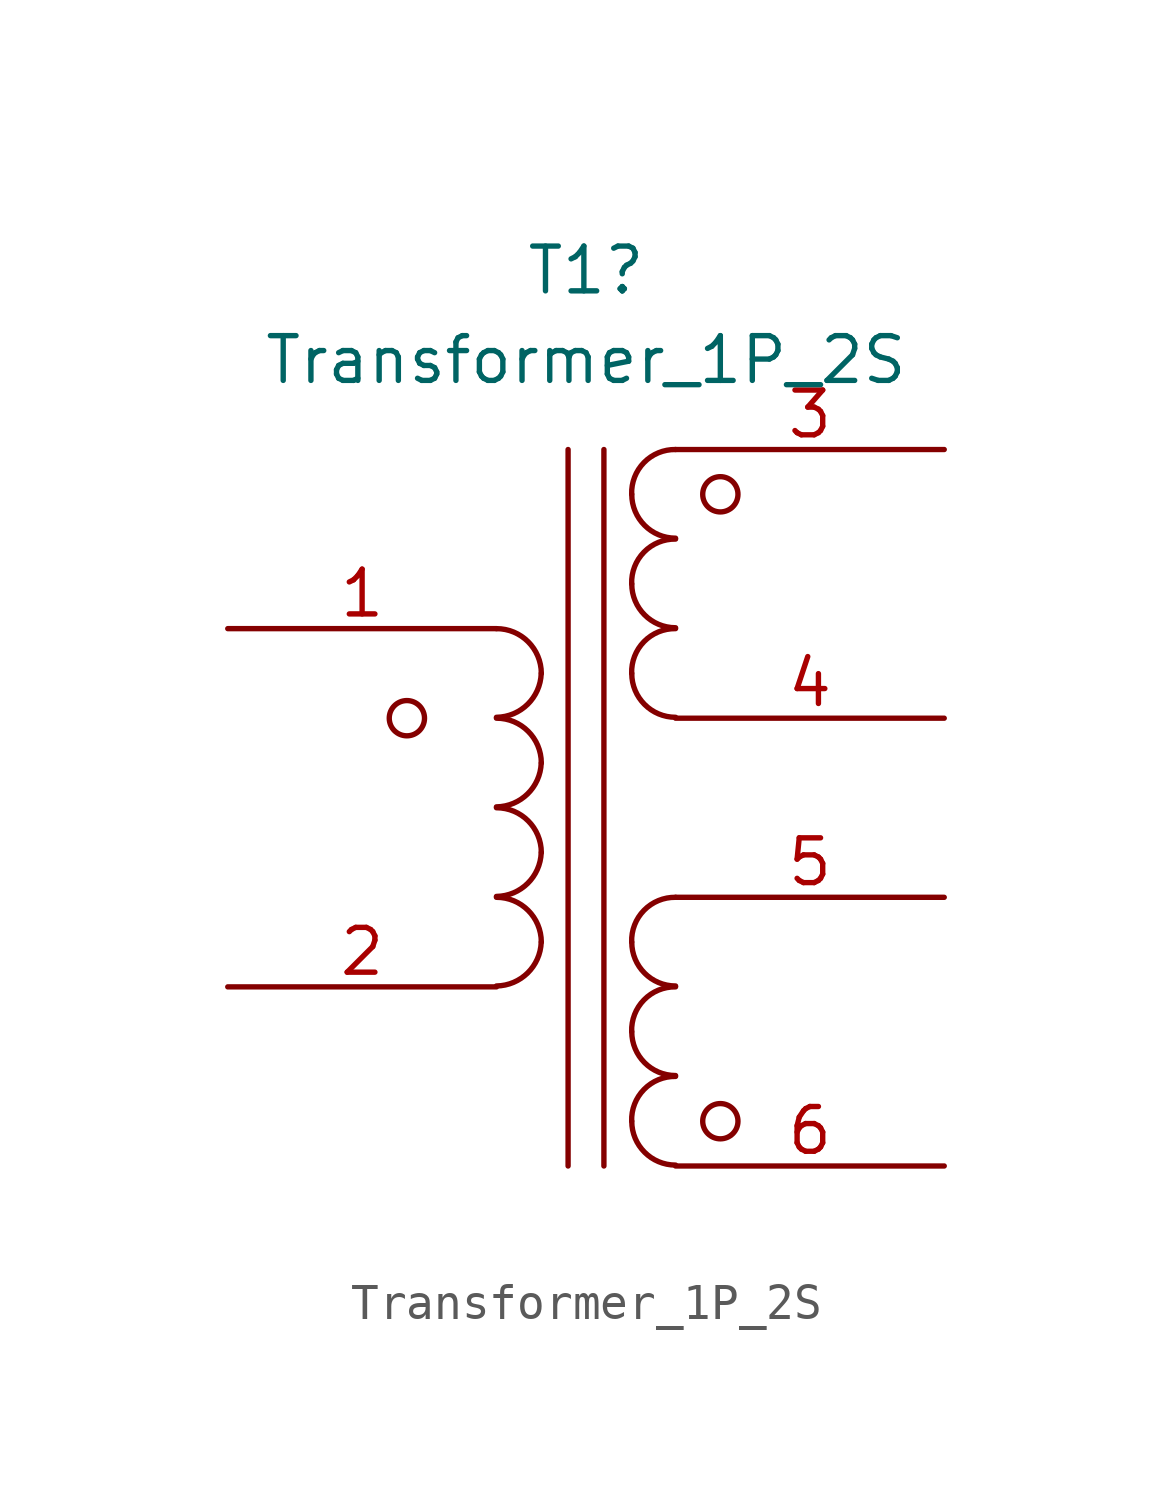
<source format=kicad_sym>
(kicad_symbol_lib
  (version 20231120)
  (generator "kicad_symbol_editor")
  (generator_version "8.0")
  (symbol "Transformer_1P_2S"
    (pin_names
      (offset 1.016) hide)
    (property "Reference" "T1"
      (at 0 15.24 0)
      (effects (font (size 1.27 1.27))))
    (property "Value" "Transformer_1P_2S"
      (at 0 12.7 0)
      (effects (font (size 1.27 1.27))))
    (symbol "Transformer_1P_2S_0_1"
      (circle (center -5.08 2.54) (radius 0.5) (stroke (width 0) (type default)) (fill (type none)))
      (arc (start -2.54 -5.0546) (mid -1.6599 -4.6901) (end -1.27 -3.81) (stroke (width 0) (type default)) (fill (type none)))
      (arc (start -2.54 -2.5146) (mid -1.6599 -2.1501) (end -1.27 -1.27) (stroke (width 0) (type default)) (fill (type none)))
      (arc (start -2.54 0.0254) (mid -1.6599 0.3899) (end -1.27 1.27) (stroke (width 0) (type default)) (fill (type none)))
      (arc (start -2.54 2.5654) (mid -1.6599 2.9299) (end -1.27 3.81) (stroke (width 0) (type default)) (fill (type none)))
      (arc (start -1.27 -3.81) (mid -1.642 -2.912) (end -2.54 -2.54) (stroke (width 0) (type default)) (fill (type none)))
      (arc (start -1.27 -1.27) (mid -1.642 -0.372) (end -2.54 0) (stroke (width 0) (type default)) (fill (type none)))
      (arc (start -1.27 1.27) (mid -1.642 2.168) (end -2.54 2.54) (stroke (width 0) (type default)) (fill (type none)))
      (arc (start -1.27 3.81) (mid -1.642 4.708) (end -2.54 5.08) (stroke (width 0) (type default)) (fill (type none)))
      (polyline (pts (xy -0.508 -10.16) (xy -0.508 10.16)) (stroke (width 0) (type default)) (fill (type none)))
      (polyline (pts (xy 0.508 10.16) (xy 0.508 -10.16)) (stroke (width 0) (type default)) (fill (type none)))
      (arc (start 1.2954 -8.89) (mid 1.6599 -9.7701) (end 2.54 -10.1346) (stroke (width 0) (type default)) (fill (type none)))
      (arc (start 1.2954 -6.35) (mid 1.6599 -7.2301) (end 2.54 -7.5946) (stroke (width 0) (type default)) (fill (type none)))
      (arc (start 1.2954 -3.81) (mid 1.6599 -4.6901) (end 2.54 -5.0546) (stroke (width 0) (type default)) (fill (type none)))
      (arc (start 1.2954 3.81) (mid 1.6599 2.9299) (end 2.54 2.5654) (stroke (width 0) (type default)) (fill (type none)))
      (arc (start 1.2954 6.35) (mid 1.6599 5.4699) (end 2.54 5.1054) (stroke (width 0) (type default)) (fill (type none)))
      (arc (start 1.2954 8.89) (mid 1.6599 8.0099) (end 2.54 7.6454) (stroke (width 0) (type default)) (fill (type none)))
      (arc (start 2.54 -7.62) (mid 1.642 -7.992) (end 1.2954 -8.89) (stroke (width 0) (type default)) (fill (type none)))
      (arc (start 2.54 -5.08) (mid 1.642 -5.452) (end 1.2954 -6.35) (stroke (width 0) (type default)) (fill (type none)))
      (arc (start 2.54 -2.54) (mid 1.642 -2.912) (end 1.2954 -3.81) (stroke (width 0) (type default)) (fill (type none)))
      (arc (start 2.54 5.08) (mid 1.642 4.708) (end 1.2954 3.81) (stroke (width 0) (type default)) (fill (type none)))
      (arc (start 2.54 7.62) (mid 1.642 7.248) (end 1.2954 6.35) (stroke (width 0) (type default)) (fill (type none)))
      (arc (start 2.54 10.16) (mid 1.642 9.788) (end 1.2954 8.89) (stroke (width 0) (type default)) (fill (type none)))
      (circle (center 3.81 -8.89) (radius 0.5) (stroke (width 0) (type default)) (fill (type none)))
      (circle (center 3.81 8.89) (radius 0.5) (stroke (width 0) (type default)) (fill (type none))))
    (symbol "Transformer_1P_2S_1_1"
      (pin passive line (at -10.16 5.08 0) (length 7.62) (name "AA" (effects (font (size 1.27 1.27)))) (number "1" (effects (font (size 1.27 1.27)))))
      (pin passive line (at -10.16 -5.08 0) (length 7.62) (name "AB" (effects (font (size 1.27 1.27)))) (number "2" (effects (font (size 1.27 1.27)))))
      (pin passive line (at 10.16 10.16 180) (length 7.62) (name "SA" (effects (font (size 1.27 1.27)))) (number "3" (effects (font (size 1.27 1.27)))))
      (pin passive line (at 10.16 2.54 180) (length 7.62) (name "SB" (effects (font (size 1.27 1.27)))) (number "4" (effects (font (size 1.27 1.27)))))
      (pin passive line (at 10.16 -2.54 180) (length 7.62) (name "SC" (effects (font (size 1.27 1.27)))) (number "5" (effects (font (size 1.27 1.27)))))
      (pin passive line (at 10.16 -10.16 180) (length 7.62) (name "SD" (effects (font (size 1.27 1.27)))) (number "6" (effects (font (size 1.27 1.27))))))))
</source>
